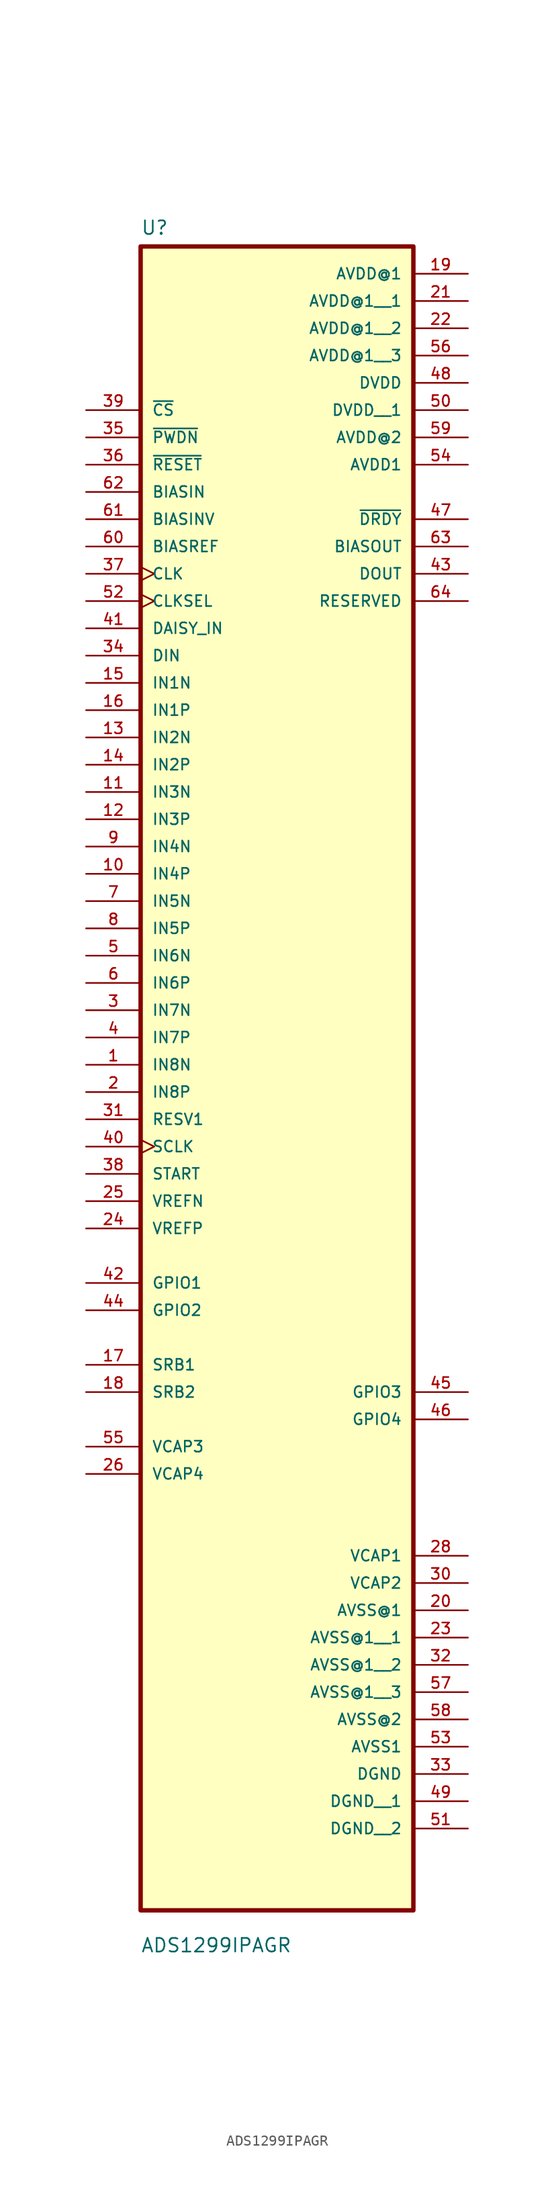
<source format=kicad_sym>
(kicad_symbol_lib
  (version 20211014)
  (generator kicad_symbol_editor)
  (symbol "ADS1299IPAGR"
    (pin_names
      (offset 1.016))
    (property "Reference" "U"
      (at -12.7 67.04 0.0)
      (effects (font (size 1.27 1.27)) (justify bottom left)))
    (property "Value" "ADS1299IPAGR"
      (at -12.7 -92.9 0.0)
      (effects (font (size 1.27 1.27)) (justify bottom left)))
    (symbol "ADS1299IPAGR_0_0"
      (rectangle (start -12.7 -88.9) (end 12.7 66.04) (stroke (width 0.41)) (fill (type background)))
      (pin input line (at -17.78 50.8 0) (length 5.08) (name "~{CS}" (effects (font (size 1.016 1.016)))) (number "39" (effects (font (size 1.016 1.016)))))
      (pin input line (at -17.78 48.26 0) (length 5.08) (name "~{PWDN}" (effects (font (size 1.016 1.016)))) (number "35" (effects (font (size 1.016 1.016)))))
      (pin input line (at -17.78 45.72 0) (length 5.08) (name "~{RESET}" (effects (font (size 1.016 1.016)))) (number "36" (effects (font (size 1.016 1.016)))))
      (pin input line (at -17.78 43.18 0) (length 5.08) (name "BIASIN" (effects (font (size 1.016 1.016)))) (number "62" (effects (font (size 1.016 1.016)))))
      (pin input line (at -17.78 40.64 0) (length 5.08) (name "BIASINV" (effects (font (size 1.016 1.016)))) (number "61" (effects (font (size 1.016 1.016)))))
      (pin input line (at -17.78 38.1 0) (length 5.08) (name "BIASREF" (effects (font (size 1.016 1.016)))) (number "60" (effects (font (size 1.016 1.016)))))
      (pin input clock (at -17.78 35.56 0) (length 5.08) (name "CLK" (effects (font (size 1.016 1.016)))) (number "37" (effects (font (size 1.016 1.016)))))
      (pin input clock (at -17.78 33.02 0) (length 5.08) (name "CLKSEL" (effects (font (size 1.016 1.016)))) (number "52" (effects (font (size 1.016 1.016)))))
      (pin input line (at -17.78 30.48 0) (length 5.08) (name "DAISY_IN" (effects (font (size 1.016 1.016)))) (number "41" (effects (font (size 1.016 1.016)))))
      (pin input line (at -17.78 27.94 0) (length 5.08) (name "DIN" (effects (font (size 1.016 1.016)))) (number "34" (effects (font (size 1.016 1.016)))))
      (pin input line (at -17.78 25.4 0) (length 5.08) (name "IN1N" (effects (font (size 1.016 1.016)))) (number "15" (effects (font (size 1.016 1.016)))))
      (pin input line (at -17.78 22.86 0) (length 5.08) (name "IN1P" (effects (font (size 1.016 1.016)))) (number "16" (effects (font (size 1.016 1.016)))))
      (pin input line (at -17.78 20.32 0) (length 5.08) (name "IN2N" (effects (font (size 1.016 1.016)))) (number "13" (effects (font (size 1.016 1.016)))))
      (pin input line (at -17.78 17.78 0) (length 5.08) (name "IN2P" (effects (font (size 1.016 1.016)))) (number "14" (effects (font (size 1.016 1.016)))))
      (pin input line (at -17.78 15.24 0) (length 5.08) (name "IN3N" (effects (font (size 1.016 1.016)))) (number "11" (effects (font (size 1.016 1.016)))))
      (pin input line (at -17.78 12.7 0) (length 5.08) (name "IN3P" (effects (font (size 1.016 1.016)))) (number "12" (effects (font (size 1.016 1.016)))))
      (pin input line (at -17.78 10.16 0) (length 5.08) (name "IN4N" (effects (font (size 1.016 1.016)))) (number "9" (effects (font (size 1.016 1.016)))))
      (pin input line (at -17.78 7.62 0) (length 5.08) (name "IN4P" (effects (font (size 1.016 1.016)))) (number "10" (effects (font (size 1.016 1.016)))))
      (pin input line (at -17.78 5.08 0) (length 5.08) (name "IN5N" (effects (font (size 1.016 1.016)))) (number "7" (effects (font (size 1.016 1.016)))))
      (pin input line (at -17.78 2.54 0) (length 5.08) (name "IN5P" (effects (font (size 1.016 1.016)))) (number "8" (effects (font (size 1.016 1.016)))))
      (pin input line (at -17.78 2.4869e-14 0) (length 5.08) (name "IN6N" (effects (font (size 1.016 1.016)))) (number "5" (effects (font (size 1.016 1.016)))))
      (pin input line (at -17.78 -2.54 0) (length 5.08) (name "IN6P" (effects (font (size 1.016 1.016)))) (number "6" (effects (font (size 1.016 1.016)))))
      (pin input line (at -17.78 -5.08 0) (length 5.08) (name "IN7N" (effects (font (size 1.016 1.016)))) (number "3" (effects (font (size 1.016 1.016)))))
      (pin input line (at -17.78 -7.62 0) (length 5.08) (name "IN7P" (effects (font (size 1.016 1.016)))) (number "4" (effects (font (size 1.016 1.016)))))
      (pin input line (at -17.78 -10.16 0) (length 5.08) (name "IN8N" (effects (font (size 1.016 1.016)))) (number "1" (effects (font (size 1.016 1.016)))))
      (pin input line (at -17.78 -12.7 0) (length 5.08) (name "IN8P" (effects (font (size 1.016 1.016)))) (number "2" (effects (font (size 1.016 1.016)))))
      (pin input line (at -17.78 -15.24 0) (length 5.08) (name "RESV1" (effects (font (size 1.016 1.016)))) (number "31" (effects (font (size 1.016 1.016)))))
      (pin input clock (at -17.78 -17.78 0) (length 5.08) (name "SCLK" (effects (font (size 1.016 1.016)))) (number "40" (effects (font (size 1.016 1.016)))))
      (pin input line (at -17.78 -20.32 0) (length 5.08) (name "START" (effects (font (size 1.016 1.016)))) (number "38" (effects (font (size 1.016 1.016)))))
      (pin input line (at -17.78 -22.86 0) (length 5.08) (name "VREFN" (effects (font (size 1.016 1.016)))) (number "25" (effects (font (size 1.016 1.016)))))
      (pin input line (at -17.78 -25.4 0) (length 5.08) (name "VREFP" (effects (font (size 1.016 1.016)))) (number "24" (effects (font (size 1.016 1.016)))))
      (pin bidirectional line (at -17.78 -30.48 0) (length 5.08) (name "GPIO1" (effects (font (size 1.016 1.016)))) (number "42" (effects (font (size 1.016 1.016)))))
      (pin bidirectional line (at -17.78 -33.02 0) (length 5.08) (name "GPIO2" (effects (font (size 1.016 1.016)))) (number "44" (effects (font (size 1.016 1.016)))))
      (pin bidirectional line (at -17.78 -38.1 0) (length 5.08) (name "SRB1" (effects (font (size 1.016 1.016)))) (number "17" (effects (font (size 1.016 1.016)))))
      (pin bidirectional line (at -17.78 -40.64 0) (length 5.08) (name "SRB2" (effects (font (size 1.016 1.016)))) (number "18" (effects (font (size 1.016 1.016)))))
      (pin bidirectional line (at -17.78 -45.72 0) (length 5.08) (name "VCAP3" (effects (font (size 1.016 1.016)))) (number "55" (effects (font (size 1.016 1.016)))))
      (pin bidirectional line (at -17.78 -48.26 0) (length 5.08) (name "VCAP4" (effects (font (size 1.016 1.016)))) (number "26" (effects (font (size 1.016 1.016)))))
      (pin power_in line (at 17.78 63.5 180.0) (length 5.08) (name "AVDD@1" (effects (font (size 1.016 1.016)))) (number "19" (effects (font (size 1.016 1.016)))))
      (pin power_in line (at 17.78 53.34 180.0) (length 5.08) (name "DVDD" (effects (font (size 1.016 1.016)))) (number "48" (effects (font (size 1.016 1.016)))))
      (pin power_in line (at 17.78 48.26 180.0) (length 5.08) (name "AVDD@2" (effects (font (size 1.016 1.016)))) (number "59" (effects (font (size 1.016 1.016)))))
      (pin power_in line (at 17.78 45.72 180.0) (length 5.08) (name "AVDD1" (effects (font (size 1.016 1.016)))) (number "54" (effects (font (size 1.016 1.016)))))
      (pin output line (at 17.78 40.64 180.0) (length 5.08) (name "~{DRDY}" (effects (font (size 1.016 1.016)))) (number "47" (effects (font (size 1.016 1.016)))))
      (pin output line (at 17.78 38.1 180.0) (length 5.08) (name "BIASOUT" (effects (font (size 1.016 1.016)))) (number "63" (effects (font (size 1.016 1.016)))))
      (pin output line (at 17.78 35.56 180.0) (length 5.08) (name "DOUT" (effects (font (size 1.016 1.016)))) (number "43" (effects (font (size 1.016 1.016)))))
      (pin output line (at 17.78 33.02 180.0) (length 5.08) (name "RESERVED" (effects (font (size 1.016 1.016)))) (number "64" (effects (font (size 1.016 1.016)))))
      (pin output line (at 17.78 -55.88 180.0) (length 5.08) (name "VCAP1" (effects (font (size 1.016 1.016)))) (number "28" (effects (font (size 1.016 1.016)))))
      (pin output line (at 17.78 -58.42 180.0) (length 5.08) (name "VCAP2" (effects (font (size 1.016 1.016)))) (number "30" (effects (font (size 1.016 1.016)))))
      (pin bidirectional line (at 17.78 -40.64 180.0) (length 5.08) (name "GPIO3" (effects (font (size 1.016 1.016)))) (number "45" (effects (font (size 1.016 1.016)))))
      (pin bidirectional line (at 17.78 -43.18 180.0) (length 5.08) (name "GPIO4" (effects (font (size 1.016 1.016)))) (number "46" (effects (font (size 1.016 1.016)))))
      (pin power_in line (at 17.78 -60.96 180.0) (length 5.08) (name "AVSS@1" (effects (font (size 1.016 1.016)))) (number "20" (effects (font (size 1.016 1.016)))))
      (pin power_in line (at 17.78 -71.12 180.0) (length 5.08) (name "AVSS@2" (effects (font (size 1.016 1.016)))) (number "58" (effects (font (size 1.016 1.016)))))
      (pin power_in line (at 17.78 -73.66 180.0) (length 5.08) (name "AVSS1" (effects (font (size 1.016 1.016)))) (number "53" (effects (font (size 1.016 1.016)))))
      (pin power_in line (at 17.78 -76.2 180.0) (length 5.08) (name "DGND" (effects (font (size 1.016 1.016)))) (number "33" (effects (font (size 1.016 1.016)))))
      (pin power_in line (at 17.78 60.96 180.0) (length 5.08) (name "AVDD@1__1" (effects (font (size 1.016 1.016)))) (number "21" (effects (font (size 1.016 1.016)))))
      (pin power_in line (at 17.78 58.42 180.0) (length 5.08) (name "AVDD@1__2" (effects (font (size 1.016 1.016)))) (number "22" (effects (font (size 1.016 1.016)))))
      (pin power_in line (at 17.78 55.88 180.0) (length 5.08) (name "AVDD@1__3" (effects (font (size 1.016 1.016)))) (number "56" (effects (font (size 1.016 1.016)))))
      (pin power_in line (at 17.78 50.8 180.0) (length 5.08) (name "DVDD__1" (effects (font (size 1.016 1.016)))) (number "50" (effects (font (size 1.016 1.016)))))
      (pin power_in line (at 17.78 -63.5 180.0) (length 5.08) (name "AVSS@1__1" (effects (font (size 1.016 1.016)))) (number "23" (effects (font (size 1.016 1.016)))))
      (pin power_in line (at 17.78 -66.04 180.0) (length 5.08) (name "AVSS@1__2" (effects (font (size 1.016 1.016)))) (number "32" (effects (font (size 1.016 1.016)))))
      (pin power_in line (at 17.78 -68.58 180.0) (length 5.08) (name "AVSS@1__3" (effects (font (size 1.016 1.016)))) (number "57" (effects (font (size 1.016 1.016)))))
      (pin power_in line (at 17.78 -78.74 180.0) (length 5.08) (name "DGND__1" (effects (font (size 1.016 1.016)))) (number "49" (effects (font (size 1.016 1.016)))))
      (pin power_in line (at 17.78 -81.28 180.0) (length 5.08) (name "DGND__2" (effects (font (size 1.016 1.016)))) (number "51" (effects (font (size 1.016 1.016))))))))
</source>
